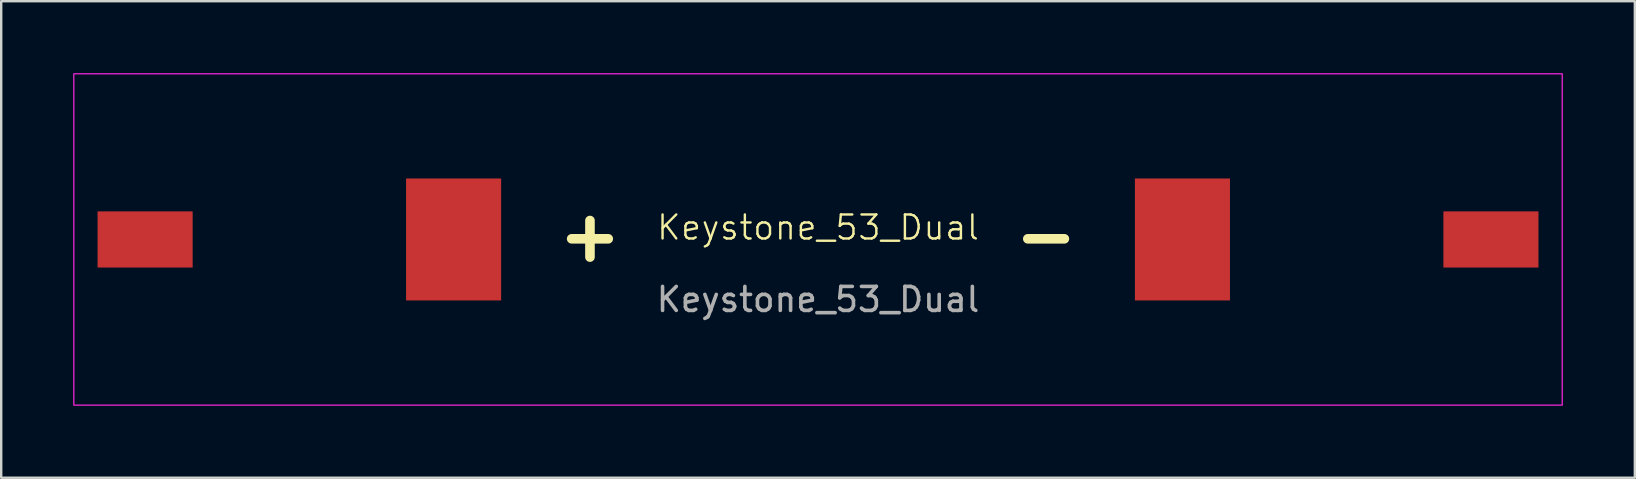
<source format=kicad_pcb>
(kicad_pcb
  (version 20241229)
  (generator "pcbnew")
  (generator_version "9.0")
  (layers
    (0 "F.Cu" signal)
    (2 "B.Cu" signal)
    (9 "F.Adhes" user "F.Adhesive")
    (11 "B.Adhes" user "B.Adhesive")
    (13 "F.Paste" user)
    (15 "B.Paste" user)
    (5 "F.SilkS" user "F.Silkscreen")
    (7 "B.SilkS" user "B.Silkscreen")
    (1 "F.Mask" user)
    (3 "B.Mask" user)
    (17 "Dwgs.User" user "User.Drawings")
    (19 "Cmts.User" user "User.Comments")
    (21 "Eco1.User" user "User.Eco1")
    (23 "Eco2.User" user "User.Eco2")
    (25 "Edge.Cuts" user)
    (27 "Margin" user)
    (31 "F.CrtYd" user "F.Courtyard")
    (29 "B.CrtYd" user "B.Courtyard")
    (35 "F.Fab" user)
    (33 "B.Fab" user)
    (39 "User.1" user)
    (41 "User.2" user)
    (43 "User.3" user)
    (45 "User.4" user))
  (footprint "Keystone_53_Dual"
    (layer "F.Cu")
    (at 31.025 6.925)
    (property "Reference" "Keystone_53_Dual" (at 0 -0.5 0) (unlocked yes) (layer "F.SilkS") (effects (font (size 1 1) (thickness 0.1))))
    (attr smd)
    (fp_rect (start -31 -6.9) (end 31 6.9) (stroke (width 0.05) (type solid)) (fill no) (layer "F.CrtYd"))
    (fp_text user "-" (at 9.5 1 0) (unlocked yes) (layer "F.SilkS") (effects (font (size 2 2) (thickness 0.4) (bold yes)) (justify bottom)))
    (fp_text user "+" (at -9.5 1 0) (unlocked yes) (layer "F.SilkS") (effects (font (size 2 2) (thickness 0.4) (bold yes)) (justify bottom)))
    (fp_text user "${REFERENCE}" (at 0 2.5 0) (unlocked yes) (layer "F.Fab") (effects (font (size 1 1) (thickness 0.15))))
    (pad "1" smd rect (at -28.03 0) (size 3.96 2.34) (layers "F.Cu" "F.Mask" "F.Paste"))
    (pad "1" smd rect (at -15.18 0) (size 3.96 5.08) (layers "F.Cu" "F.Mask" "F.Paste"))
    (pad "2" smd rect (at 15.18 0 180) (size 3.96 5.08) (layers "F.Cu" "F.Mask" "F.Paste"))
    (pad "2" smd rect (at 28.03 0 180) (size 3.96 2.34) (layers "F.Cu" "F.Mask" "F.Paste")))
  (gr_rect
    (start -3 -3)
    (end 65.05 16.85)
    (stroke (width 0.1) (type default))
    (fill no)
    (layer "Edge.Cuts")))
</source>
